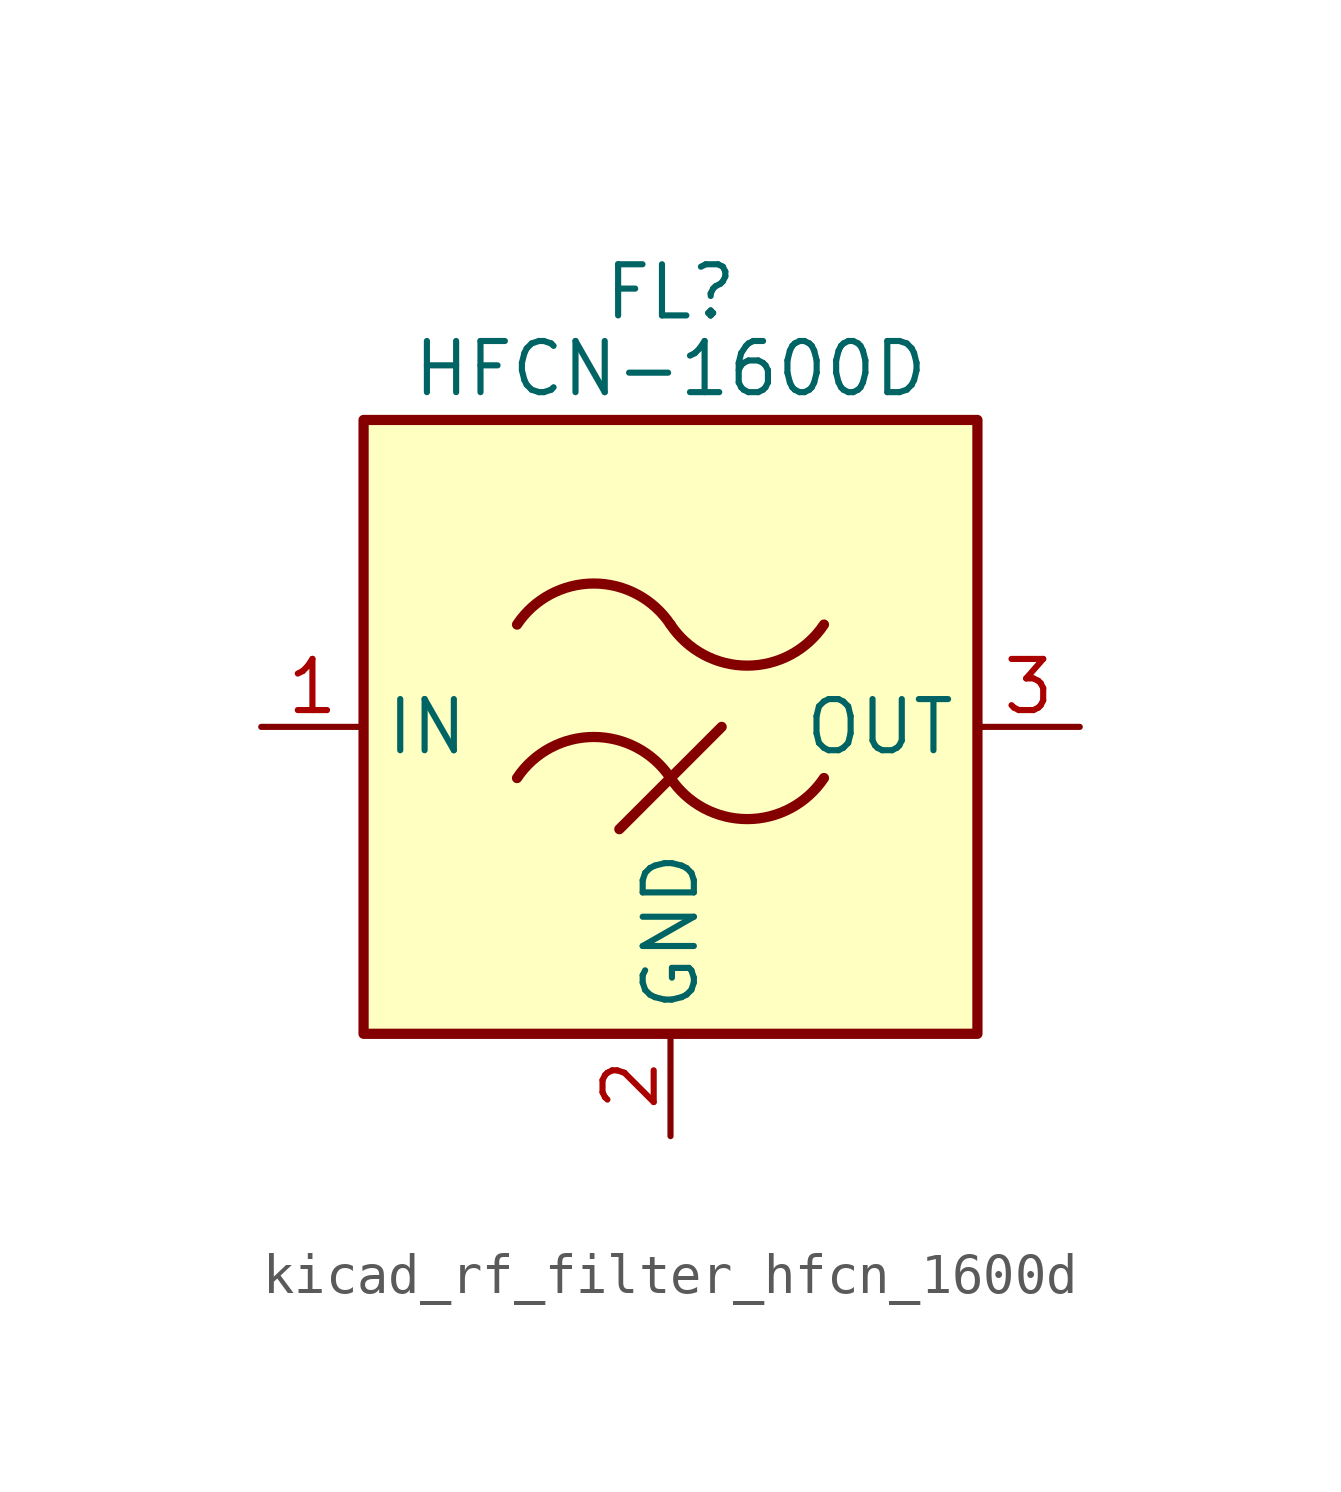
<source format=kicad_sym>
(kicad_symbol_lib
  (version 20220914)
  (generator kicad_symbol_editor)
  (symbol "kicad_rf_filter_hfcn_1600d"
    (property "Reference" "FL"
      (at 0 10.795 0)
      (effects (font (size 1.27 1.27))))
    (property "Value" "HFCN-1600D"
      (at 0 8.89 0)
      (effects (font (size 1.27 1.27))))
    (symbol "kicad_rf_filter_hfcn_1600d_0_1"
      (rectangle (start -7.62 7.62) (end 7.62 -7.62) (stroke (width 0.254) (type default)) (fill (type background)))
      (arc (start 0 -1.27) (mid -1.905 -0.2505) (end -3.81 -1.27) (stroke (width 0.254) (type default)) (fill (type none)))
      (arc (start 0 -1.27) (mid 1.905 -2.2895) (end 3.81 -1.27) (stroke (width 0.254) (type default)) (fill (type none)))
      (polyline (pts (xy -1.27 -2.54) (xy 1.27 0)) (stroke (width 0.254) (type default)) (fill (type none)))
      (arc (start 0 2.54) (mid -1.905 3.5595) (end -3.81 2.54) (stroke (width 0.254) (type default)) (fill (type none)))
      (arc (start 0 2.54) (mid 1.905 1.5205) (end 3.81 2.54) (stroke (width 0.254) (type default)) (fill (type none))))
    (symbol "kicad_rf_filter_hfcn_1600d_1_1"
      (pin passive line (at -10.16 0 0) (length 2.54) (name "IN" (effects (font (size 1.27 1.27)))) (number "1" (effects (font (size 1.27 1.27)))))
      (pin passive line (at 0 -10.16 90) (length 2.54) (name "GND" (effects (font (size 1.27 1.27)))) (number "2" (effects (font (size 1.27 1.27)))))
      (pin passive line (at 10.16 0 180) (length 2.54) (name "OUT" (effects (font (size 1.27 1.27)))) (number "3" (effects (font (size 1.27 1.27)))))
      (pin passive line (at 0 -10.16 90) (length 2.54) hide (name "GND" (effects (font (size 1.27 1.27)))) (number "4" (effects (font (size 1.27 1.27))))))))
</source>
